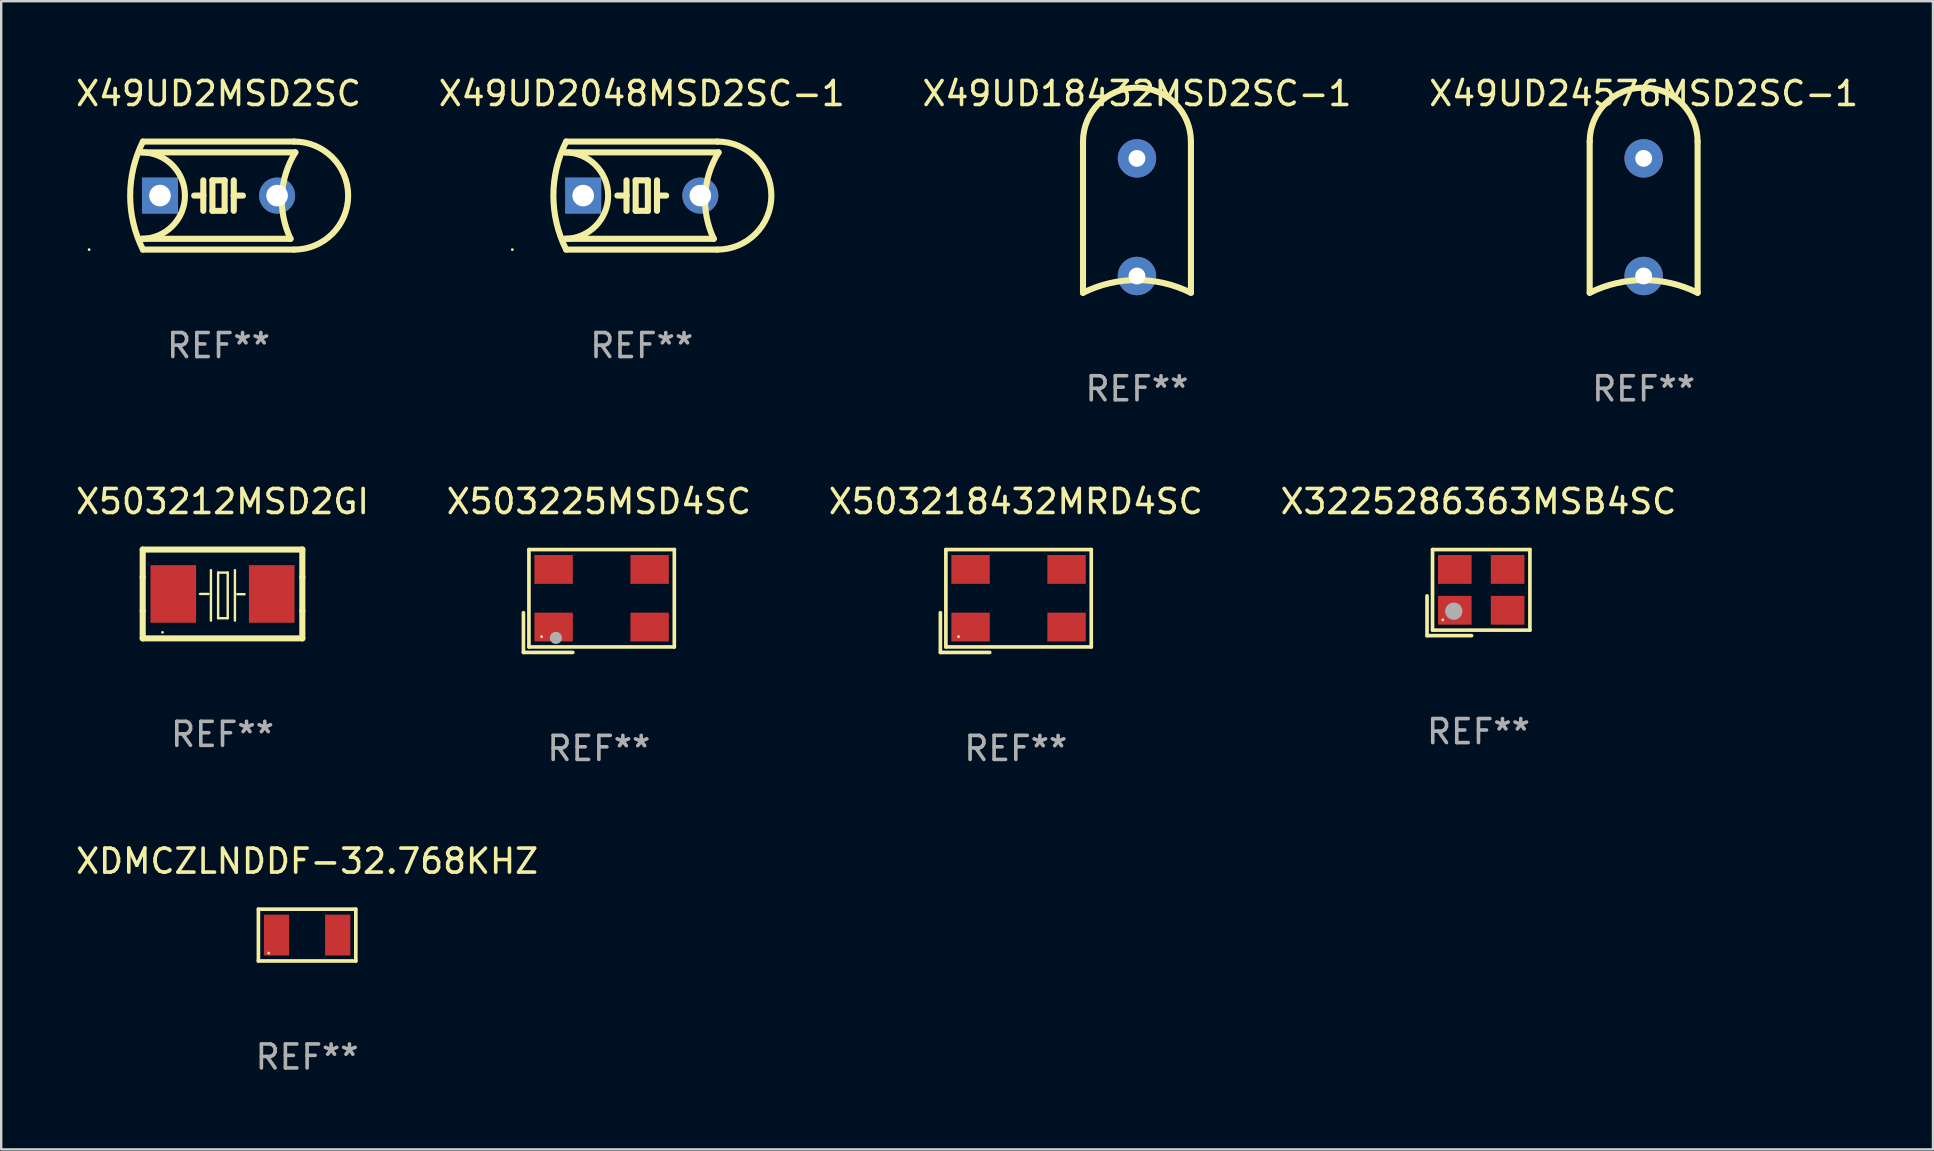
<source format=kicad_pcb>
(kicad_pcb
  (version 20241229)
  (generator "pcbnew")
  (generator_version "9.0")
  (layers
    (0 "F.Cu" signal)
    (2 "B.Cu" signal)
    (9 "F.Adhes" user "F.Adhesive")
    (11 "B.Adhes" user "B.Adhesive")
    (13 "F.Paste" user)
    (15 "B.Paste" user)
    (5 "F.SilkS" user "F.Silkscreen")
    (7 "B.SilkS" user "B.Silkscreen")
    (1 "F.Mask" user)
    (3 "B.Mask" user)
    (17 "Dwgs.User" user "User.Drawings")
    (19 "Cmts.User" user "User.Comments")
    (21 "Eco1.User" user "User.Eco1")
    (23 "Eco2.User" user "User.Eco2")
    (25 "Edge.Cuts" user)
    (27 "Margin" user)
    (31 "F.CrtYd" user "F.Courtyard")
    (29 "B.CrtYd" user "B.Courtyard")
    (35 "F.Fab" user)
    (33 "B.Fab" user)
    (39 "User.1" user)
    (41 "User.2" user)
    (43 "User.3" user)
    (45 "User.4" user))
  (footprint "X3225286363MSB4SC"
    (layer "F.Cu")
    (at 58.542 21.637)
    (property "Reference" "X3225286363MSB4SC" (at 0 -3.793 0) (layer "F.SilkS") (effects (font (size 1 1) (thickness 0.15))))
    (attr through_hole)
    (fp_line (start -2.143 0.136) (end -2.143 1.793) (stroke (width 0.152) (type solid)) (layer "F.SilkS"))
    (fp_line (start -2.143 1.793) (end -0.286 1.793) (stroke (width 0.152) (type solid)) (layer "F.SilkS"))
    (fp_line (start -1.914 -1.793) (end 2.143 -1.793) (stroke (width 0.152) (type solid)) (layer "F.SilkS"))
    (fp_line (start -1.914 1.564) (end -1.914 -1.793) (stroke (width 0.152) (type solid)) (layer "F.SilkS"))
    (fp_line (start 2.143 -1.793) (end 2.143 1.564) (stroke (width 0.152) (type solid)) (layer "F.SilkS"))
    (fp_line (start 2.143 1.564) (end -1.914 1.564) (stroke (width 0.152) (type solid)) (layer "F.SilkS"))
    (fp_circle (center -1.486 1.136) (end -1.456 1.136) (stroke (width 0.06) (type solid)) (fill no) (layer "F.SilkS"))
    (fp_circle (center -1.029 0.775) (end -0.849 0.775) (stroke (width 0.36) (type solid)) (fill no) (layer "F.Fab"))
    (fp_text user "REF**" (at 0 5.793 0) (layer "F.Fab") (effects (font (size 1 1) (thickness 0.15))))
    (pad "1" smd rect (at -0.986 0.736) (size 1.4 1.2) (layers "F.Cu" "F.Mask" "F.Paste"))
    (pad "2" smd rect (at 1.214 0.736) (size 1.4 1.2) (layers "F.Cu" "F.Mask" "F.Paste"))
    (pad "3" smd rect (at 1.214 -0.964) (size 1.4 1.2) (layers "F.Cu" "F.Mask" "F.Paste"))
    (pad "4" smd rect (at -0.986 -0.964) (size 1.4 1.2) (layers "F.Cu" "F.Mask" "F.Paste")))
  (footprint "X49UD18432MSD2SC-1"
    (layer "F.Cu")
    (at 44.315 5.998)
    (property "Reference" "X49UD18432MSD2SC-1" (at 0 -5.15 0) (layer "F.SilkS") (effects (font (size 1 1) (thickness 0.15))))
    (attr through_hole)
    (fp_line (start -2.248 3.15) (end -2.248 -3.15) (stroke (width 0.254) (type solid)) (layer "F.SilkS"))
    (fp_line (start 2.248 3.15) (end 2.248 -3.15) (stroke (width 0.254) (type solid)) (layer "F.SilkS"))
    (fp_arc (start -2.247904 -3.149606) (mid 0 -5.39751) (end 2.247904 -3.149606) (stroke (width 0.254001) (type solid)) (layer "F.SilkS"))
    (fp_arc (start -2.247904 3.149606) (mid 0 2.618948) (end 2.247905 3.149606) (stroke (width 0.254001) (type solid)) (layer "F.SilkS"))
    (fp_circle (center -2.375 -5.398) (end -2.345 -5.398) (stroke (width 0.06) (type solid)) (fill no) (layer "F.SilkS"))
    (fp_text user "REF**" (at 0 7.15 0) (layer "F.Fab") (effects (font (size 1 1) (thickness 0.15))))
    (pad "1" thru_hole circle (at 0 -2.45) (size 1.6 1.6) (drill 0.7) (layers "*.Cu" "*.Mask"))
    (pad "2" thru_hole circle (at 0 2.45) (size 1.6 1.6) (drill 0.7) (layers "*.Cu" "*.Mask")))
  (footprint "X503212MSD2GI"
    (layer "F.Cu")
    (at 6.22 21.694)
    (property "Reference" "X503212MSD2GI" (at 0 -3.85 0) (layer "F.SilkS") (effects (font (size 1 1) (thickness 0.15))))
    (attr through_hole)
    (fp_line (start -3.325 0.7) (end -3.325 -0.7) (stroke (width 0.254) (type solid)) (layer "F.SilkS"))
    (fp_line (start -3.325 -1.85) (end 3.325 -1.85) (stroke (width 0.254) (type solid)) (layer "F.SilkS"))
    (fp_line (start -3.325 -0.7) (end -3.325 -1.85) (stroke (width 0.254) (type solid)) (layer "F.SilkS"))
    (fp_line (start -3.325 1.85) (end -3.325 0.7) (stroke (width 0.254) (type solid)) (layer "F.SilkS"))
    (fp_line (start -0.94 -0.000127) (end -0.584 -0.000127) (stroke (width 0.1) (type solid)) (layer "F.SilkS"))
    (fp_line (start -0.483 -0.991) (end -0.483 1.109) (stroke (width 0.1) (type solid)) (layer "F.SilkS"))
    (fp_line (start -0.183 -0.891) (end -0.183 1.009) (stroke (width 0.1) (type solid)) (layer "F.SilkS"))
    (fp_line (start -0.183 1.009) (end 0.217 1.009) (stroke (width 0.1) (type solid)) (layer "F.SilkS"))
    (fp_line (start 0.217 -0.891) (end -0.183 -0.891) (stroke (width 0.1) (type solid)) (layer "F.SilkS"))
    (fp_line (start 0.217 1.009) (end 0.217 -0.891) (stroke (width 0.1) (type solid)) (layer "F.SilkS"))
    (fp_line (start 0.517 -0.991) (end 0.517 1.109) (stroke (width 0.1) (type solid)) (layer "F.SilkS"))
    (fp_line (start 0.617 0.009) (end 0.917 0.009) (stroke (width 0.1) (type solid)) (layer "F.SilkS"))
    (fp_line (start 3.325 -1.85) (end 3.325 -0.7) (stroke (width 0.254) (type solid)) (layer "F.SilkS"))
    (fp_line (start 3.325 0.7) (end 3.325 1.85) (stroke (width 0.254) (type solid)) (layer "F.SilkS"))
    (fp_line (start 3.325 1.85) (end -3.325 1.85) (stroke (width 0.254) (type solid)) (layer "F.SilkS"))
    (fp_line (start 3.325 -0.7) (end 3.325 0.7) (stroke (width 0.254) (type solid)) (layer "F.SilkS"))
    (fp_circle (center -2.5 1.6) (end -2.47 1.6) (stroke (width 0.06) (type solid)) (fill no) (layer "F.SilkS"))
    (fp_text user "REF**" (at 0 5.85 0) (layer "F.Fab") (effects (font (size 1 1) (thickness 0.15))))
    (pad "1" smd rect (at -2.05 -0.000127) (size 1.9 2.4) (layers "F.Cu" "F.Mask" "F.Paste"))
    (pad "2" smd rect (at 2.05 -0.000127) (size 1.9 2.4) (layers "F.Cu" "F.Mask" "F.Paste")))
  (footprint "X503218432MRD4SC"
    (layer "F.Cu")
    (at 39.268 21.987)
    (property "Reference" "X503218432MRD4SC" (at 0 -4.143 0) (layer "F.SilkS") (effects (font (size 1 1) (thickness 0.15))))
    (attr through_hole)
    (fp_line (start -3.143 0.486) (end -3.143 2.143) (stroke (width 0.152) (type solid)) (layer "F.SilkS"))
    (fp_line (start -3.143 2.143) (end -1.086 2.143) (stroke (width 0.152) (type solid)) (layer "F.SilkS"))
    (fp_line (start -2.914 -2.143) (end 3.143 -2.143) (stroke (width 0.152) (type solid)) (layer "F.SilkS"))
    (fp_line (start -2.914 1.914) (end -2.914 -2.143) (stroke (width 0.152) (type solid)) (layer "F.SilkS"))
    (fp_line (start 3.143 -2.143) (end 3.143 1.914) (stroke (width 0.152) (type solid)) (layer "F.SilkS"))
    (fp_line (start 3.143 1.914) (end -2.914 1.914) (stroke (width 0.152) (type solid)) (layer "F.SilkS"))
    (fp_circle (center -2.386 1.486) (end -2.356 1.486) (stroke (width 0.06) (type solid)) (fill no) (layer "F.SilkS"))
    (fp_text user "REF**" (at 0 6.143 0) (layer "F.Fab") (effects (font (size 1 1) (thickness 0.15))))
    (pad "1" smd rect (at -1.886 1.086) (size 1.6 1.2) (layers "F.Cu" "F.Mask" "F.Paste"))
    (pad "2" smd rect (at 2.114 1.086) (size 1.6 1.2) (layers "F.Cu" "F.Mask" "F.Paste"))
    (pad "3" smd rect (at 2.114 -1.314) (size 1.6 1.2) (layers "F.Cu" "F.Mask" "F.Paste"))
    (pad "4" smd rect (at -1.886 -1.314) (size 1.6 1.2) (layers "F.Cu" "F.Mask" "F.Paste")))
  (footprint "X49UD2MSD2SC"
    (layer "F.Cu")
    (at 6.054 5.098)
    (property "Reference" "X49UD2MSD2SC" (at 0 -4.25 0) (layer "F.SilkS") (effects (font (size 1 1) (thickness 0.15))))
    (attr through_hole)
    (fp_line (start -3.2 -1.8) (end 3.2 -1.8) (stroke (width 0.254) (type solid)) (layer "F.SilkS"))
    (fp_line (start -3.15 2.25) (end 3.15 2.25) (stroke (width 0.254) (type solid)) (layer "F.SilkS"))
    (fp_line (start -0.635 -0.635) (end -0.635 0) (stroke (width 0.254) (type solid)) (layer "F.SilkS"))
    (fp_line (start -0.635 0) (end -1.016 0) (stroke (width 0.254) (type solid)) (layer "F.SilkS"))
    (fp_line (start -0.635 0) (end -0.635 0.635) (stroke (width 0.254) (type solid)) (layer "F.SilkS"))
    (fp_line (start -0.254 -0.635) (end -0.254 0.635) (stroke (width 0.254) (type solid)) (layer "F.SilkS"))
    (fp_line (start -0.254 0.635) (end 0.254 0.635) (stroke (width 0.254) (type solid)) (layer "F.SilkS"))
    (fp_line (start 0.254 -0.635) (end -0.254 -0.635) (stroke (width 0.254) (type solid)) (layer "F.SilkS"))
    (fp_line (start 0.254 0.635) (end 0.254 -0.635) (stroke (width 0.254) (type solid)) (layer "F.SilkS"))
    (fp_line (start 0.635 -0.635) (end 0.635 0) (stroke (width 0.254) (type solid)) (layer "F.SilkS"))
    (fp_line (start 0.635 0) (end 0.635 0.635) (stroke (width 0.254) (type solid)) (layer "F.SilkS"))
    (fp_line (start 0.635 0) (end 1.016 0) (stroke (width 0.254) (type solid)) (layer "F.SilkS"))
    (fp_line (start 3 1.8) (end -3.2 1.8) (stroke (width 0.254) (type solid)) (layer "F.SilkS"))
    (fp_line (start 3.15 -2.25) (end -3.15 -2.25) (stroke (width 0.254) (type solid)) (layer "F.SilkS"))
    (fp_arc (start -3.200406 -1.800864) (mid -1.399974 -0.000635) (end -3.2 1.8) (stroke (width 0.254001) (type solid)) (layer "F.SilkS"))
    (fp_arc (start -3.149606 2.250444) (mid -3.680941 0.000261) (end -3.149987 -2.250013) (stroke (width 0.254001) (type solid)) (layer "F.SilkS"))
    (fp_arc (start 2.999746 1.800863) (mid 2.642982 -0.024977) (end 3.2 -1.8) (stroke (width 0.254001) (type solid)) (layer "F.SilkS"))
    (fp_arc (start 3.149607 -2.250445) (mid 5.399848 -0.000406) (end 3.149987 2.250013) (stroke (width 0.254001) (type solid)) (layer "F.SilkS"))
    (fp_circle (center -5.392 2.25) (end -5.362 2.25) (stroke (width 0.06) (type solid)) (fill no) (layer "F.SilkS"))
    (fp_text user "REF**" (at 0 6.25 0) (layer "F.Fab") (effects (font (size 1 1) (thickness 0.15))))
    (pad "1" thru_hole rect (at -2.44 0) (size 1.5 1.5) (drill 0.9) (layers "*.Cu" "*.Mask"))
    (pad "2" thru_hole circle (at 2.44 0) (size 1.5 1.5) (drill 0.9) (layers "*.Cu" "*.Mask")))
  (footprint "X503225MSD4SC"
    (layer "F.Cu")
    (at 21.899 21.987)
    (property "Reference" "X503225MSD4SC" (at 0 -4.143 0) (layer "F.SilkS") (effects (font (size 1 1) (thickness 0.15))))
    (attr through_hole)
    (fp_line (start -3.143 0.486) (end -3.143 2.143) (stroke (width 0.152) (type solid)) (layer "F.SilkS"))
    (fp_line (start -3.143 2.143) (end -1.086 2.143) (stroke (width 0.152) (type solid)) (layer "F.SilkS"))
    (fp_line (start -2.914 -2.143) (end 3.143 -2.143) (stroke (width 0.152) (type solid)) (layer "F.SilkS"))
    (fp_line (start -2.914 1.914) (end -2.914 -2.143) (stroke (width 0.152) (type solid)) (layer "F.SilkS"))
    (fp_line (start 3.143 -2.143) (end 3.143 1.914) (stroke (width 0.152) (type solid)) (layer "F.SilkS"))
    (fp_line (start 3.143 1.914) (end -2.914 1.914) (stroke (width 0.152) (type solid)) (layer "F.SilkS"))
    (fp_circle (center -2.386 1.486) (end -2.356 1.486) (stroke (width 0.06) (type solid)) (fill no) (layer "F.SilkS"))
    (fp_circle (center -1.791 1.537) (end -1.664 1.537) (stroke (width 0.254) (type solid)) (fill no) (layer "F.Fab"))
    (fp_text user "REF**" (at 0 6.143 0) (layer "F.Fab") (effects (font (size 1 1) (thickness 0.15))))
    (pad "1" smd rect (at -1.886 1.086) (size 1.6 1.2) (layers "F.Cu" "F.Mask" "F.Paste"))
    (pad "2" smd rect (at 2.114 1.086) (size 1.6 1.2) (layers "F.Cu" "F.Mask" "F.Paste"))
    (pad "3" smd rect (at 2.114 -1.314) (size 1.6 1.2) (layers "F.Cu" "F.Mask" "F.Paste"))
    (pad "4" smd rect (at -1.886 -1.314) (size 1.6 1.2) (layers "F.Cu" "F.Mask" "F.Paste")))
  (footprint "XDMCZLNDDF-32.768KHZ"
    (layer "F.Cu")
    (at 9.744 35.905)
    (property "Reference" "XDMCZLNDDF-32.768KHZ" (at 0 -3.079 0) (layer "F.SilkS") (effects (font (size 1 1) (thickness 0.15))))
    (attr through_hole)
    (fp_line (start -2.029 -1.079) (end 2.029 -1.079) (stroke (width 0.152) (type solid)) (layer "F.SilkS"))
    (fp_line (start -2.029 1.079) (end -2.029 -1.079) (stroke (width 0.152) (type solid)) (layer "F.SilkS"))
    (fp_line (start 2.029 -1.079) (end 2.029 1.079) (stroke (width 0.152) (type solid)) (layer "F.SilkS"))
    (fp_line (start 2.029 1.079) (end -2.029 1.079) (stroke (width 0.152) (type solid)) (layer "F.SilkS"))
    (fp_circle (center -1.6 0.75) (end -1.57 0.75) (stroke (width 0.06) (type solid)) (fill no) (layer "F.SilkS"))
    (fp_text user "REF**" (at 0 5.079 0) (layer "F.Fab") (effects (font (size 1 1) (thickness 0.15))))
    (pad "1" smd rect (at -1.275 0) (size 1.05 1.7) (layers "F.Cu" "F.Mask" "F.Paste"))
    (pad "2" smd rect (at 1.275 0) (size 1.05 1.7) (layers "F.Cu" "F.Mask" "F.Paste")))
  (footprint "X49UD2048MSD2SC-1"
    (layer "F.Cu")
    (at 23.685 5.098)
    (property "Reference" "X49UD2048MSD2SC-1" (at 0 -4.25 0) (layer "F.SilkS") (effects (font (size 1 1) (thickness 0.15))))
    (attr through_hole)
    (fp_line (start -3.2 -1.8) (end 3.2 -1.8) (stroke (width 0.254) (type solid)) (layer "F.SilkS"))
    (fp_line (start -3.15 2.25) (end 3.15 2.25) (stroke (width 0.254) (type solid)) (layer "F.SilkS"))
    (fp_line (start -0.635 -0.635) (end -0.635 0) (stroke (width 0.254) (type solid)) (layer "F.SilkS"))
    (fp_line (start -0.635 0) (end -1.016 0) (stroke (width 0.254) (type solid)) (layer "F.SilkS"))
    (fp_line (start -0.635 0) (end -0.635 0.635) (stroke (width 0.254) (type solid)) (layer "F.SilkS"))
    (fp_line (start -0.254 -0.635) (end -0.254 0.635) (stroke (width 0.254) (type solid)) (layer "F.SilkS"))
    (fp_line (start -0.254 0.635) (end 0.254 0.635) (stroke (width 0.254) (type solid)) (layer "F.SilkS"))
    (fp_line (start 0.254 -0.635) (end -0.254 -0.635) (stroke (width 0.254) (type solid)) (layer "F.SilkS"))
    (fp_line (start 0.254 0.635) (end 0.254 -0.635) (stroke (width 0.254) (type solid)) (layer "F.SilkS"))
    (fp_line (start 0.635 -0.635) (end 0.635 0) (stroke (width 0.254) (type solid)) (layer "F.SilkS"))
    (fp_line (start 0.635 0) (end 0.635 0.635) (stroke (width 0.254) (type solid)) (layer "F.SilkS"))
    (fp_line (start 0.635 0) (end 1.016 0) (stroke (width 0.254) (type solid)) (layer "F.SilkS"))
    (fp_line (start 3 1.8) (end -3.2 1.8) (stroke (width 0.254) (type solid)) (layer "F.SilkS"))
    (fp_line (start 3.15 -2.25) (end -3.15 -2.25) (stroke (width 0.254) (type solid)) (layer "F.SilkS"))
    (fp_arc (start -3.200406 -1.800864) (mid -1.399974 -0.000635) (end -3.2 1.8) (stroke (width 0.254001) (type solid)) (layer "F.SilkS"))
    (fp_arc (start -3.149606 2.250444) (mid -3.680941 0.000261) (end -3.149987 -2.250013) (stroke (width 0.254001) (type solid)) (layer "F.SilkS"))
    (fp_arc (start 2.999746 1.800863) (mid 2.642982 -0.024977) (end 3.2 -1.8) (stroke (width 0.254001) (type solid)) (layer "F.SilkS"))
    (fp_arc (start 3.149607 -2.250445) (mid 5.399848 -0.000406) (end 3.149987 2.250013) (stroke (width 0.254001) (type solid)) (layer "F.SilkS"))
    (fp_circle (center -5.392 2.25) (end -5.362 2.25) (stroke (width 0.06) (type solid)) (fill no) (layer "F.SilkS"))
    (fp_text user "REF**" (at 0 6.25 0) (layer "F.Fab") (effects (font (size 1 1) (thickness 0.15))))
    (pad "1" thru_hole rect (at -2.44 0) (size 1.5 1.5) (drill 0.9) (layers "*.Cu" "*.Mask"))
    (pad "2" thru_hole circle (at 2.44 0) (size 1.5 1.5) (drill 0.9) (layers "*.Cu" "*.Mask")))
  (footprint "X49UD24576MSD2SC-1"
    (layer "F.Cu")
    (at 65.423 5.998)
    (property "Reference" "X49UD24576MSD2SC-1" (at 0 -5.15 0) (layer "F.SilkS") (effects (font (size 1 1) (thickness 0.15))))
    (attr through_hole)
    (fp_line (start -2.248 3.15) (end -2.248 -3.15) (stroke (width 0.254) (type solid)) (layer "F.SilkS"))
    (fp_line (start 2.248 3.15) (end 2.248 -3.15) (stroke (width 0.254) (type solid)) (layer "F.SilkS"))
    (fp_arc (start -2.247904 -3.149606) (mid 0 -5.39751) (end 2.247904 -3.149606) (stroke (width 0.254001) (type solid)) (layer "F.SilkS"))
    (fp_arc (start -2.247904 3.149606) (mid 0 2.618948) (end 2.247905 3.149606) (stroke (width 0.254001) (type solid)) (layer "F.SilkS"))
    (fp_circle (center -2.375 -5.398) (end -2.345 -5.398) (stroke (width 0.06) (type solid)) (fill no) (layer "F.SilkS"))
    (fp_text user "REF**" (at 0 7.15 0) (layer "F.Fab") (effects (font (size 1 1) (thickness 0.15))))
    (pad "1" thru_hole circle (at 0 -2.45) (size 1.6 1.6) (drill 0.7) (layers "*.Cu" "*.Mask"))
    (pad "2" thru_hole circle (at 0 2.45) (size 1.6 1.6) (drill 0.7) (layers "*.Cu" "*.Mask")))
  (gr_rect
    (start -3 -3)
    (end 77.476 44.832)
    (stroke (width 0.1) (type default))
    (fill no)
    (layer "Edge.Cuts")))
</source>
